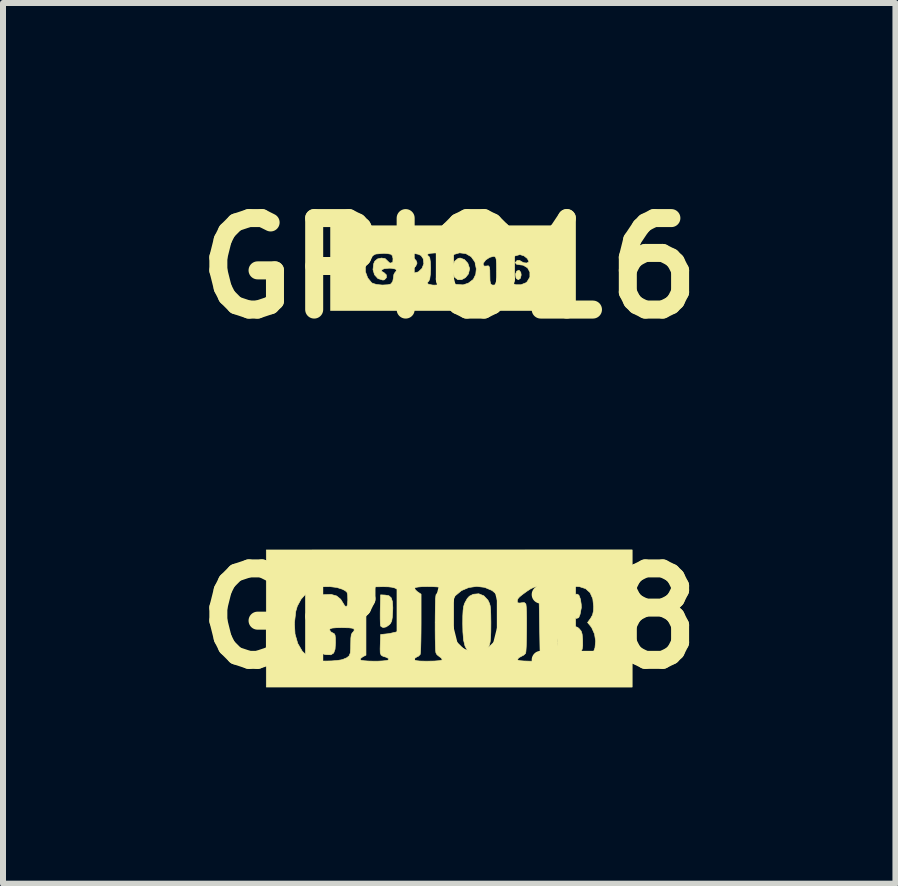
<source format=kicad_pcb>
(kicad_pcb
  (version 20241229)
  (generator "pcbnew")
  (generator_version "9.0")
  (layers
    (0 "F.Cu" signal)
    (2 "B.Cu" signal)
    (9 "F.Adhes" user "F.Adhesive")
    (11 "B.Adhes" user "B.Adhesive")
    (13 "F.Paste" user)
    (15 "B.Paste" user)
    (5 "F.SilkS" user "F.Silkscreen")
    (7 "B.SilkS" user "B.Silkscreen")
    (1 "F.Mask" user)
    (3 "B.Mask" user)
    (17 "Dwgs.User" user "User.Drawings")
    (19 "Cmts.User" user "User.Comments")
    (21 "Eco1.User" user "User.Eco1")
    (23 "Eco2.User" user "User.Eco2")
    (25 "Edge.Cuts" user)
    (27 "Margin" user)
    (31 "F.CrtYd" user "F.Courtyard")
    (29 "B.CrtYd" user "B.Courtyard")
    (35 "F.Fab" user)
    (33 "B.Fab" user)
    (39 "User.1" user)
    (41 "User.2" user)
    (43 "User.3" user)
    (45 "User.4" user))
  (footprint "GPIO16"
    (layer "F.Cu")
    (at 4.434 1.418)
    (property "Reference" "GPIO16" (at 0 0 0) (layer "F.SilkS") (effects (font (size 1.524 1.524) (thickness 0.3))))
    (attr through_hole)
    (fp_poly (pts (xy 1.164 0.035) (xy 1.192 0.069) (xy 1.199 0.113) (xy 1.185 0.169) (xy 1.153 0.192) (xy 1.12 0.174) (xy 1.112 0.158) (xy 1.105 0.098) (xy 1.124 0.05) (xy 1.16 0.034) (xy 1.164 0.035)) (stroke (width 0.01) (type solid)) (fill yes) (layer "F.SilkS"))
    (fp_poly (pts (xy -0.603 -0.177) (xy -0.553 -0.129) (xy -0.536 -0.085) (xy -0.559 -0.032) (xy -0.612 0.013) (xy -0.661 0.028) (xy -0.671 0.003) (xy -0.677 -0.059) (xy -0.677 -0.085) (xy -0.674 -0.155) (xy -0.665 -0.195) (xy -0.661 -0.198) (xy -0.603 -0.177)) (stroke (width 0.01) (type solid)) (fill yes) (layer "F.SilkS"))
    (fp_poly (pts (xy 0.253 -0.144) (xy 0.31 -0.082) (xy 0.338 0.000211) (xy 0.339 0.014) (xy 0.32 0.095) (xy 0.271 0.156) (xy 0.208 0.191) (xy 0.144 0.192) (xy 0.092 0.153) (xy 0.086 0.143) (xy 0.057 0.05) (xy 0.061 -0.042) (xy 0.093 -0.118) (xy 0.149 -0.163) (xy 0.183 -0.169) (xy 0.253 -0.144)) (stroke (width 0.01) (type solid)) (fill yes) (layer "F.SilkS"))
    (fp_poly (pts (xy 1.976 0.706) (xy -1.976 0.706) (xy -1.976 -0.045) (xy -1.398 -0.045) (xy -1.396 0.06) (xy -1.358 0.162) (xy -1.295 0.24) (xy -1.277 0.252) (xy -1.209 0.272) (xy -1.114 0.281) (xy -1.021 0.276) (xy -0.976 0.265) (xy -0.958 0.244) (xy -0.848 0.244) (xy -0.826 0.268) (xy -0.757 0.281) (xy -0.72 0.282) (xy -0.644 0.276) (xy -0.598 0.262) (xy -0.593 0.253) (xy -0.599 0.244) (xy -0.368 0.244) (xy -0.346 0.268) (xy -0.278 0.281) (xy -0.24 0.282) (xy -0.164 0.276) (xy -0.119 0.262) (xy -0.113 0.253) (xy -0.135 0.219) (xy -0.155 0.208) (xy -0.18 0.181) (xy -0.194 0.12) (xy -0.197 0.014) (xy -0.071 0.014) (xy -0.064 0.106) (xy -0.037 0.167) (xy 0.009 0.214) (xy 0.114 0.271) (xy 0.232 0.278) (xy 0.319 0.249) (xy 0.401 0.187) (xy 0.442 0.102) (xy 0.451 0.011) (xy 0.436 -0.066) (xy 0.564 -0.066) (xy 0.583 -0.034) (xy 0.621 -0.036) (xy 0.652 -0.04) (xy 0.669 -0.02) (xy 0.676 0.033) (xy 0.677 0.116) (xy 0.679 0.209) (xy 0.689 0.26) (xy 0.71 0.279) (xy 0.734 0.282) (xy 0.761 0.278) (xy 0.778 0.257) (xy 0.787 0.209) (xy 0.79 0.123) (xy 0.79 0.054) (xy 0.967 0.054) (xy 0.989 0.161) (xy 1.034 0.24) (xy 1.034 0.24) (xy 1.106 0.276) (xy 1.195 0.276) (xy 1.278 0.243) (xy 1.298 0.226) (xy 1.344 0.148) (xy 1.344 0.065) (xy 1.305 -0.006) (xy 1.232 -0.05) (xy 1.184 -0.056) (xy 1.12 -0.067) (xy 1.101 -0.094) (xy 1.131 -0.129) (xy 1.175 -0.129) (xy 1.193 -0.116) (xy 1.239 -0.091) (xy 1.291 -0.086) (xy 1.324 -0.102) (xy 1.326 -0.111) (xy 1.303 -0.16) (xy 1.247 -0.205) (xy 1.181 -0.226) (xy 1.175 -0.226) (xy 1.081 -0.2) (xy 1.007 -0.132) (xy 0.974 -0.056) (xy 0.967 0.054) (xy 0.79 0.054) (xy 0.79 0.042) (xy 0.789 -0.075) (xy 0.783 -0.147) (xy 0.772 -0.184) (xy 0.751 -0.197) (xy 0.74 -0.198) (xy 0.673 -0.18) (xy 0.608 -0.137) (xy 0.569 -0.085) (xy 0.564 -0.066) (xy 0.436 -0.066) (xy 0.428 -0.104) (xy 0.366 -0.191) (xy 0.277 -0.243) (xy 0.172 -0.256) (xy 0.065 -0.225) (xy 0.009 -0.186) (xy -0.043 -0.131) (xy -0.066 -0.067) (xy -0.071 0.014) (xy -0.197 0.014) (xy -0.198 0.012) (xy -0.198 0.01) (xy -0.194 -0.098) (xy -0.18 -0.16) (xy -0.156 -0.187) (xy -0.155 -0.187) (xy -0.114 -0.213) (xy -0.124 -0.236) (xy -0.179 -0.251) (xy -0.24 -0.254) (xy -0.316 -0.248) (xy -0.361 -0.234) (xy -0.367 -0.226) (xy -0.345 -0.198) (xy -0.339 -0.198) (xy -0.324 -0.171) (xy -0.314 -0.102) (xy -0.31 -0.002) (xy -0.314 0.098) (xy -0.324 0.175) (xy -0.338 0.211) (xy -0.339 0.212) (xy -0.368 0.244) (xy -0.599 0.244) (xy -0.615 0.219) (xy -0.635 0.208) (xy -0.671 0.169) (xy -0.677 0.138) (xy -0.66 0.097) (xy -0.602 0.085) (xy -0.602 0.085) (xy -0.515 0.062) (xy -0.453 0.003) (xy -0.423 -0.075) (xy -0.433 -0.157) (xy -0.468 -0.21) (xy -0.514 -0.232) (xy -0.589 -0.247) (xy -0.678 -0.255) (xy -0.761 -0.254) (xy -0.823 -0.244) (xy -0.847 -0.226) (xy -0.825 -0.198) (xy -0.818 -0.198) (xy -0.804 -0.171) (xy -0.794 -0.102) (xy -0.79 -0.002) (xy -0.794 0.098) (xy -0.804 0.175) (xy -0.818 0.211) (xy -0.818 0.212) (xy -0.848 0.244) (xy -0.958 0.244) (xy -0.942 0.225) (xy -0.931 0.168) (xy -0.922 0.104) (xy -0.903 0.071) (xy -0.874 0.038) (xy -0.896 0.014) (xy -0.964 0.001) (xy -1.002 0) (xy -1.083 0.008) (xy -1.125 0.028) (xy -1.123 0.054) (xy -1.087 0.074) (xy -1.048 0.111) (xy -1.047 0.158) (xy -1.08 0.193) (xy -1.105 0.198) (xy -1.187 0.173) (xy -1.244 0.11) (xy -1.27 0.023) (xy -1.258 -0.075) (xy -1.241 -0.115) (xy -1.195 -0.154) (xy -1.129 -0.169) (xy -1.067 -0.159) (xy -1.034 -0.127) (xy -0.995 -0.089) (xy -0.973 -0.085) (xy -0.94 -0.102) (xy -0.936 -0.161) (xy -0.937 -0.162) (xy -0.947 -0.209) (xy -0.973 -0.233) (xy -1.032 -0.244) (xy -1.088 -0.248) (xy -1.225 -0.236) (xy -1.325 -0.183) (xy -1.386 -0.091) (xy -1.398 -0.045) (xy -1.976 -0.045) (xy -1.976 -0.706) (xy 1.976 -0.706) (xy 1.976 0.706)) (stroke (width 0.01) (type solid)) (fill yes) (layer "F.SilkS")))
  (footprint "GPIO18"
    (layer "F.Cu")
    (at 4.434 7.254)
    (property "Reference" "GPIO18" (at 0 0 0) (layer "F.SilkS") (effects (font (size 1.524 1.524) (thickness 0.3))))
    (attr through_hole)
    (fp_poly (pts (xy 2.16 -0.389) (xy 2.183 -0.33) (xy 2.188 -0.308) (xy 2.199 -0.236) (xy 2.201 -0.182) (xy 2.2 -0.174) (xy 2.19 -0.124) (xy 2.18 -0.07) (xy 2.157 -0.014) (xy 2.12 -0.001) (xy 2.079 -0.031) (xy 2.062 -0.056) (xy 2.038 -0.133) (xy 2.033 -0.22) (xy 2.047 -0.303) (xy 2.075 -0.369) (xy 2.116 -0.404) (xy 2.13 -0.406) (xy 2.16 -0.389)) (stroke (width 0.01) (type solid)) (fill yes) (layer "F.SilkS"))
    (fp_poly (pts (xy -1.066 -0.39) (xy -1.005 -0.379) (xy -0.966 -0.344) (xy -0.946 -0.28) (xy -0.94 -0.178) (xy -0.942 -0.118) (xy -0.948 -0.021) (xy -0.958 0.04) (xy -0.977 0.08) (xy -0.997 0.103) (xy -1.05 0.14) (xy -1.1 0.151) (xy -1.136 0.134) (xy -1.144 0.119) (xy -1.148 0.08) (xy -1.15 0.003) (xy -1.15 -0.098) (xy -1.149 -0.154) (xy -1.143 -0.394) (xy -1.066 -0.39)) (stroke (width 0.01) (type solid)) (fill yes) (layer "F.SilkS"))
    (fp_poly (pts (xy 2.14 0.148) (xy 2.167 0.172) (xy 2.198 0.21) (xy 2.214 0.26) (xy 2.222 0.34) (xy 2.223 0.363) (xy 2.224 0.453) (xy 2.215 0.511) (xy 2.192 0.554) (xy 2.189 0.558) (xy 2.143 0.602) (xy 2.098 0.601) (xy 2.066 0.582) (xy 2.048 0.558) (xy 2.037 0.513) (xy 2.033 0.435) (xy 2.032 0.373) (xy 2.033 0.275) (xy 2.039 0.215) (xy 2.053 0.179) (xy 2.074 0.156) (xy 2.108 0.137) (xy 2.14 0.148)) (stroke (width 0.01) (type solid)) (fill yes) (layer "F.SilkS"))
    (fp_poly (pts (xy 0.576 -0.378) (xy 0.643 -0.307) (xy 0.651 -0.294) (xy 0.669 -0.255) (xy 0.682 -0.212) (xy 0.689 -0.154) (xy 0.692 -0.069) (xy 0.694 0.053) (xy 0.694 0.089) (xy 0.693 0.225) (xy 0.689 0.322) (xy 0.682 0.39) (xy 0.67 0.44) (xy 0.656 0.476) (xy 0.598 0.554) (xy 0.52 0.599) (xy 0.433 0.607) (xy 0.353 0.577) (xy 0.3 0.529) (xy 0.263 0.459) (xy 0.239 0.36) (xy 0.228 0.225) (xy 0.225 0.089) (xy 0.226 -0.042) (xy 0.231 -0.133) (xy 0.239 -0.196) (xy 0.253 -0.243) (xy 0.264 -0.267) (xy 0.301 -0.333) (xy 0.336 -0.371) (xy 0.387 -0.397) (xy 0.405 -0.404) (xy 0.492 -0.412) (xy 0.576 -0.378)) (stroke (width 0.01) (type solid)) (fill yes) (layer "F.SilkS"))
    (fp_poly (pts (xy 3.048 1.143) (xy 0 1.143) (xy -3.048 1.142) (xy -3.048 0.079) (xy -2.579 0.079) (xy -2.569 0.258) (xy -2.524 0.415) (xy -2.448 0.546) (xy -2.341 0.647) (xy -2.297 0.675) (xy -2.251 0.693) (xy -2.194 0.704) (xy -2.115 0.708) (xy -2.054 0.709) (xy -1.959 0.707) (xy -1.869 0.7) (xy -1.798 0.689) (xy -1.77 0.681) (xy -1.706 0.654) (xy -1.668 0.623) (xy -1.648 0.575) (xy -1.642 0.497) (xy -1.641 0.428) (xy -1.639 0.327) (xy -1.631 0.268) (xy -1.616 0.24) (xy -1.612 0.238) (xy -1.586 0.206) (xy -1.583 0.188) (xy -1.591 0.171) (xy -1.618 0.161) (xy -1.672 0.155) (xy -1.757 0.153) (xy -1.788 0.152) (xy -1.883 0.154) (xy -1.945 0.159) (xy -1.979 0.168) (xy -1.992 0.182) (xy -1.993 0.188) (xy -1.976 0.22) (xy -1.944 0.239) (xy -1.917 0.252) (xy -1.902 0.278) (xy -1.896 0.329) (xy -1.895 0.406) (xy -1.902 0.512) (xy -1.925 0.575) (xy -1.97 0.604) (xy -2.045 0.603) (xy -2.068 0.6) (xy -2.161 0.57) (xy -2.228 0.514) (xy -2.28 0.421) (xy -2.286 0.407) (xy -2.311 0.305) (xy -2.325 0.175) (xy -2.327 0.033) (xy -2.316 -0.101) (xy -2.293 -0.209) (xy -2.287 -0.225) (xy -2.248 -0.31) (xy -2.206 -0.36) (xy -2.148 -0.387) (xy -2.087 -0.397) (xy -1.967 -0.401) (xy -1.875 -0.375) (xy -1.808 -0.32) (xy -1.782 -0.278) (xy -1.741 -0.212) (xy -1.713 -0.194) (xy -1.696 -0.224) (xy -1.69 -0.303) (xy -1.69 -0.317) (xy -1.692 -0.392) (xy -1.702 -0.435) (xy -1.731 -0.462) (xy -1.768 -0.482) (xy -1.499 -0.482) (xy -1.48 -0.459) (xy -1.446 -0.44) (xy -1.387 -0.411) (xy -1.387 0.611) (xy -1.436 0.635) (xy -1.472 0.662) (xy -1.485 0.685) (xy -1.467 0.696) (xy -1.419 0.704) (xy -1.35 0.709) (xy -1.27 0.711) (xy -1.187 0.711) (xy -1.11 0.707) (xy -1.049 0.701) (xy -1.012 0.691) (xy -1.007 0.687) (xy -1.009 0.679) (xy -0.581 0.679) (xy -0.575 0.693) (xy -0.546 0.703) (xy -0.489 0.709) (xy -0.4 0.711) (xy -0.353 0.711) (xy -0.246 0.709) (xy -0.169 0.703) (xy -0.126 0.694) (xy -0.117 0.685) (xy -0.133 0.657) (xy -0.163 0.636) (xy -0.204 0.603) (xy -0.222 0.571) (xy -0.227 0.53) (xy -0.23 0.45) (xy -0.233 0.341) (xy -0.234 0.212) (xy -0.234 0.074) (xy -0.234 0.061) (xy -0.035 0.061) (xy -0.025 0.23) (xy -0.01 0.315) (xy 0.037 0.463) (xy 0.102 0.574) (xy 0.189 0.649) (xy 0.303 0.693) (xy 0.446 0.71) (xy 0.46 0.71) (xy 0.559 0.708) (xy 0.631 0.697) (xy 0.688 0.677) (xy 0.718 0.66) (xy 0.819 0.57) (xy 0.893 0.444) (xy 0.94 0.286) (xy 0.957 0.098) (xy 0.957 0.086) (xy 0.942 -0.099) (xy 0.898 -0.252) (xy 0.877 -0.286) (xy 1.133 -0.286) (xy 1.143 -0.261) (xy 1.177 -0.257) (xy 1.2 -0.261) (xy 1.251 -0.265) (xy 1.276 -0.243) (xy 1.278 -0.237) (xy 1.283 -0.195) (xy 1.287 -0.114) (xy 1.289 -0.007) (xy 1.289 0.116) (xy 1.288 0.244) (xy 1.286 0.365) (xy 1.283 0.469) (xy 1.278 0.544) (xy 1.273 0.579) (xy 1.243 0.609) (xy 1.201 0.631) (xy 1.159 0.654) (xy 1.138 0.681) (xy 1.145 0.694) (xy 1.178 0.703) (xy 1.24 0.708) (xy 1.335 0.711) (xy 1.397 0.711) (xy 1.513 0.71) (xy 1.594 0.705) (xy 1.64 0.697) (xy 1.657 0.685) (xy 1.657 0.682) (xy 1.635 0.656) (xy 1.59 0.629) (xy 1.582 0.625) (xy 1.514 0.597) (xy 1.51 0.366) (xy 1.81 0.366) (xy 1.81 0.401) (xy 1.813 0.486) (xy 1.825 0.542) (xy 1.852 0.588) (xy 1.886 0.628) (xy 1.927 0.67) (xy 1.962 0.695) (xy 2.006 0.707) (xy 2.07 0.711) (xy 2.112 0.711) (xy 2.213 0.706) (xy 2.285 0.688) (xy 2.322 0.667) (xy 2.389 0.591) (xy 2.428 0.49) (xy 2.439 0.375) (xy 2.421 0.259) (xy 2.374 0.153) (xy 2.346 0.116) (xy 2.305 0.067) (xy 2.355 -0.001) (xy 2.388 -0.059) (xy 2.403 -0.127) (xy 2.406 -0.197) (xy 2.392 -0.329) (xy 2.347 -0.43) (xy 2.273 -0.497) (xy 2.171 -0.53) (xy 2.121 -0.533) (xy 2.012 -0.513) (xy 1.923 -0.455) (xy 1.859 -0.363) (xy 1.847 -0.332) (xy 1.825 -0.259) (xy 1.822 -0.201) (xy 1.836 -0.13) (xy 1.837 -0.127) (xy 1.861 -0.052) (xy 1.891 0.006) (xy 1.897 0.015) (xy 1.917 0.042) (xy 1.918 0.069) (xy 1.899 0.11) (xy 1.871 0.157) (xy 1.833 0.224) (xy 1.815 0.286) (xy 1.81 0.366) (xy 1.51 0.366) (xy 1.504 0.038) (xy 1.501 -0.144) (xy 1.498 -0.282) (xy 1.495 -0.381) (xy 1.49 -0.449) (xy 1.485 -0.491) (xy 1.477 -0.514) (xy 1.466 -0.525) (xy 1.452 -0.529) (xy 1.452 -0.529) (xy 1.413 -0.521) (xy 1.354 -0.493) (xy 1.296 -0.455) (xy 1.219 -0.399) (xy 1.171 -0.36) (xy 1.145 -0.33) (xy 1.135 -0.303) (xy 1.133 -0.286) (xy 0.877 -0.286) (xy 0.822 -0.374) (xy 0.716 -0.465) (xy 0.713 -0.467) (xy 0.59 -0.519) (xy 0.457 -0.535) (xy 0.325 -0.516) (xy 0.204 -0.465) (xy 0.103 -0.381) (xy 0.088 -0.363) (xy 0.023 -0.248) (xy -0.018 -0.103) (xy -0.035 0.061) (xy -0.234 0.061) (xy -0.233 -0.063) (xy -0.231 -0.189) (xy -0.228 -0.293) (xy -0.224 -0.367) (xy -0.219 -0.398) (xy -0.191 -0.428) (xy -0.147 -0.457) (xy -0.11 -0.48) (xy -0.108 -0.499) (xy -0.118 -0.509) (xy -0.149 -0.52) (xy -0.208 -0.527) (xy -0.283 -0.531) (xy -0.366 -0.532) (xy -0.447 -0.531) (xy -0.515 -0.525) (xy -0.561 -0.517) (xy -0.576 -0.509) (xy -0.568 -0.483) (xy -0.535 -0.45) (xy -0.528 -0.445) (xy -0.469 -0.405) (xy -0.469 0.083) (xy -0.47 0.237) (xy -0.472 0.374) (xy -0.475 0.485) (xy -0.479 0.563) (xy -0.484 0.6) (xy -0.484 0.6) (xy -0.514 0.629) (xy -0.536 0.638) (xy -0.571 0.661) (xy -0.581 0.679) (xy -1.009 0.679) (xy -1.014 0.665) (xy -1.049 0.646) (xy -1.104 0.629) (xy -1.135 0.609) (xy -1.149 0.572) (xy -1.151 0.507) (xy -1.149 0.438) (xy -1.143 0.267) (xy -1.001 0.252) (xy -0.878 0.224) (xy -0.786 0.165) (xy -0.724 0.075) (xy -0.691 -0.048) (xy -0.685 -0.134) (xy -0.698 -0.268) (xy -0.741 -0.373) (xy -0.817 -0.455) (xy -0.869 -0.49) (xy -0.909 -0.509) (xy -0.954 -0.521) (xy -1.015 -0.528) (xy -1.098 -0.53) (xy -1.212 -0.528) (xy -1.22 -0.528) (xy -1.345 -0.522) (xy -1.433 -0.513) (xy -1.484 -0.5) (xy -1.499 -0.482) (xy -1.768 -0.482) (xy -1.778 -0.487) (xy -1.872 -0.517) (xy -1.987 -0.531) (xy -2.109 -0.529) (xy -2.22 -0.509) (xy -2.276 -0.489) (xy -2.379 -0.421) (xy -2.467 -0.323) (xy -2.531 -0.206) (xy -2.556 -0.121) (xy -2.579 0.079) (xy -3.048 0.079) (xy -3.048 -1.142) (xy 3.048 -1.143) (xy 3.048 1.143)) (stroke (width 0.01) (type solid)) (fill yes) (layer "F.SilkS")))
  (gr_rect
    (start -3 -3)
    (end 11.868 11.672)
    (stroke (width 0.1) (type default))
    (fill no)
    (layer "Edge.Cuts")))
</source>
